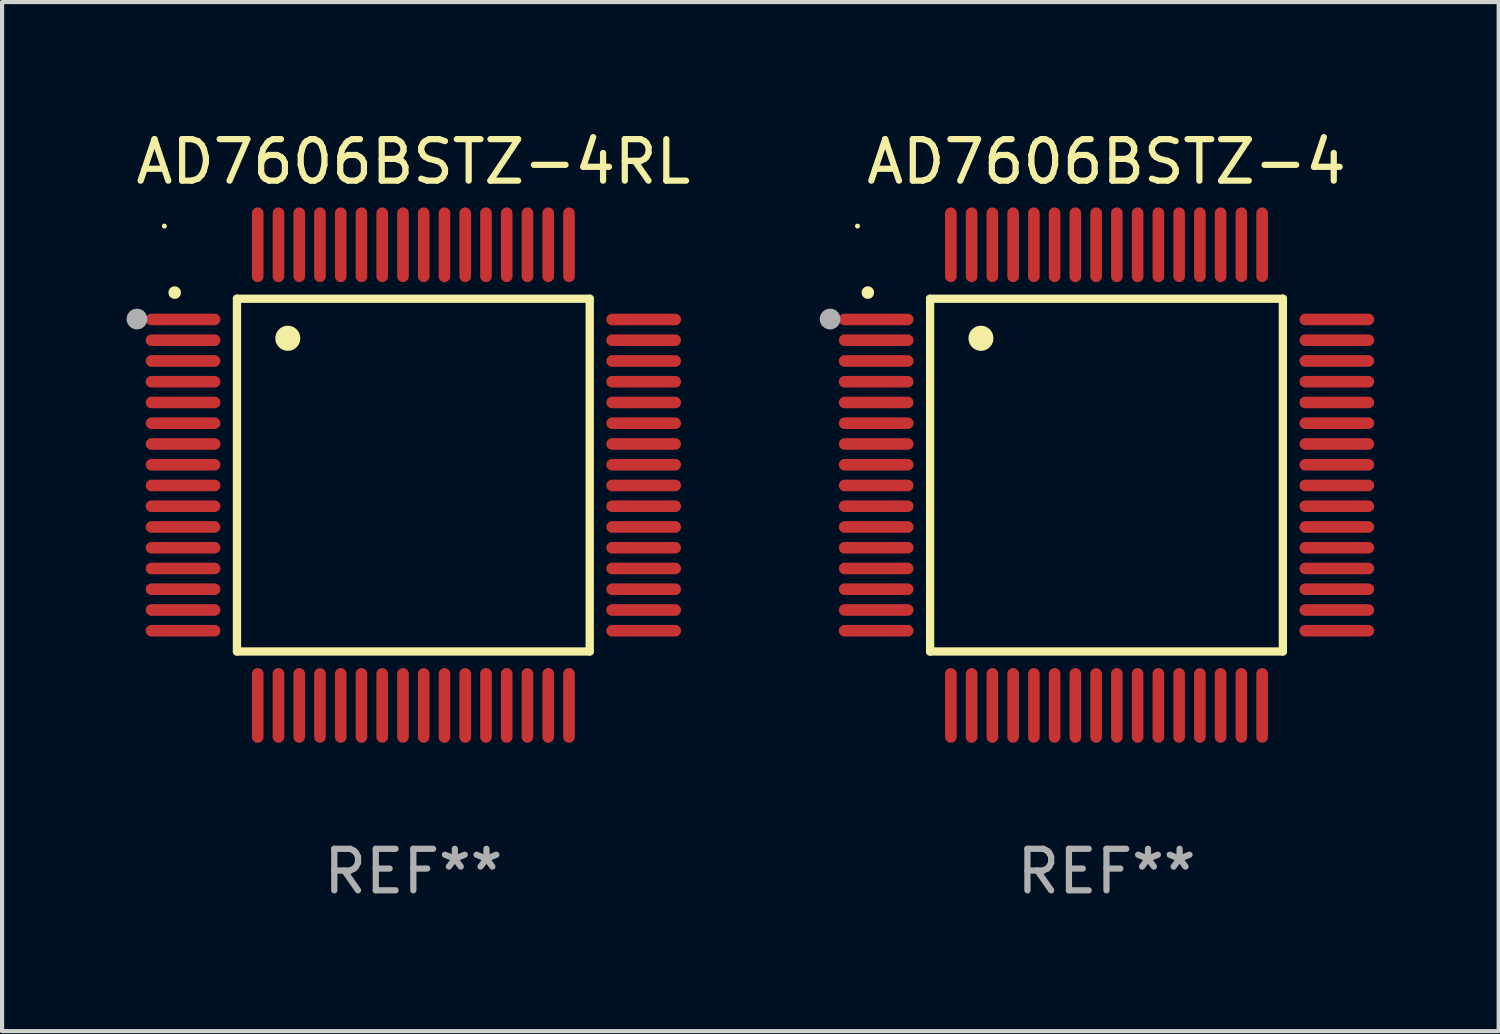
<source format=kicad_pcb>
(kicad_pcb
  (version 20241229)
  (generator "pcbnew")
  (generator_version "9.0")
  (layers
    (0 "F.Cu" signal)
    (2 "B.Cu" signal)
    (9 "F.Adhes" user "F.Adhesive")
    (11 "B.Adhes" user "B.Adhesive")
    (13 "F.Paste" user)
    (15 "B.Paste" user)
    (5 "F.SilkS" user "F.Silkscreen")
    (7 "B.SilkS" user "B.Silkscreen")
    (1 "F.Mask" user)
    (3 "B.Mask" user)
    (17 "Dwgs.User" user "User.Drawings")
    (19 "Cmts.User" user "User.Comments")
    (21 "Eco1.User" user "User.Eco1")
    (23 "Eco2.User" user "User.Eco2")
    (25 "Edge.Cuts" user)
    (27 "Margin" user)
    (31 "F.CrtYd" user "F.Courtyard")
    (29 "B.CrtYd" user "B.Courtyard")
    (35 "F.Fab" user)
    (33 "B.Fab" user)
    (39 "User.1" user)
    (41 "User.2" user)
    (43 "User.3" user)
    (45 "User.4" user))
  (footprint "AD7606BSTZ-4RL"
    (layer "F.Cu")
    (at 6.91 8.398)
    (property "Reference" "AD7606BSTZ-4RL" (at 0 -7.55 0) (layer "F.SilkS") (effects (font (size 1 1) (thickness 0.15))))
    (attr through_hole)
    (fp_line (start -4.25 -4.25) (end -4.25 4.25) (stroke (width 0.2) (type solid)) (layer "F.SilkS"))
    (fp_line (start -4.25 4.25) (end 4.25 4.25) (stroke (width 0.2) (type solid)) (layer "F.SilkS"))
    (fp_line (start 4.25 -4.25) (end -4.25 -4.25) (stroke (width 0.2) (type solid)) (layer "F.SilkS"))
    (fp_line (start 4.25 4.25) (end 4.25 -4.25) (stroke (width 0.2) (type solid)) (layer "F.SilkS"))
    (fp_arc (start -5.750572 -4.396749) (mid -5.750577 -4.398019) (end -5.750572 -4.399289) (stroke (width 0.3) (type solid)) (layer "F.SilkS"))
    (fp_arc (start -3.025146 -3.294387) (mid -3.025157 -3.296927) (end -3.025146 -3.299467) (stroke (width 0.6) (type solid)) (layer "F.SilkS"))
    (fp_circle (center -6 -6) (end -5.97 -6) (stroke (width 0.06) (type solid)) (fill no) (layer "F.SilkS"))
    (fp_circle (center -6.66 -3.76) (end -6.535 -3.76) (stroke (width 0.25) (type solid)) (fill no) (layer "F.Fab"))
    (fp_text user "REF**" (at 0 9.55 0) (layer "F.Fab") (effects (font (size 1 1) (thickness 0.15))))
    (pad "1" smd oval (at -5.55 -3.75) (size 1.8 0.28) (layers "F.Cu" "F.Mask" "F.Paste"))
    (pad "2" smd oval (at -5.55 -3.25) (size 1.8 0.28) (layers "F.Cu" "F.Mask" "F.Paste"))
    (pad "3" smd oval (at -5.55 -2.75) (size 1.8 0.28) (layers "F.Cu" "F.Mask" "F.Paste"))
    (pad "4" smd oval (at -5.55 -2.25) (size 1.8 0.28) (layers "F.Cu" "F.Mask" "F.Paste"))
    (pad "5" smd oval (at -5.55 -1.75) (size 1.8 0.28) (layers "F.Cu" "F.Mask" "F.Paste"))
    (pad "6" smd oval (at -5.55 -1.25) (size 1.8 0.28) (layers "F.Cu" "F.Mask" "F.Paste"))
    (pad "7" smd oval (at -5.55 -0.75) (size 1.8 0.28) (layers "F.Cu" "F.Mask" "F.Paste"))
    (pad "8" smd oval (at -5.55 -0.25) (size 1.8 0.28) (layers "F.Cu" "F.Mask" "F.Paste"))
    (pad "9" smd oval (at -5.55 0.25) (size 1.8 0.28) (layers "F.Cu" "F.Mask" "F.Paste"))
    (pad "10" smd oval (at -5.55 0.75) (size 1.8 0.28) (layers "F.Cu" "F.Mask" "F.Paste"))
    (pad "11" smd oval (at -5.55 1.25) (size 1.8 0.28) (layers "F.Cu" "F.Mask" "F.Paste"))
    (pad "12" smd oval (at -5.55 1.75) (size 1.8 0.28) (layers "F.Cu" "F.Mask" "F.Paste"))
    (pad "13" smd oval (at -5.55 2.25) (size 1.8 0.28) (layers "F.Cu" "F.Mask" "F.Paste"))
    (pad "14" smd oval (at -5.55 2.75) (size 1.8 0.28) (layers "F.Cu" "F.Mask" "F.Paste"))
    (pad "15" smd oval (at -5.55 3.25) (size 1.8 0.28) (layers "F.Cu" "F.Mask" "F.Paste"))
    (pad "16" smd oval (at -5.55 3.75) (size 1.8 0.28) (layers "F.Cu" "F.Mask" "F.Paste"))
    (pad "17" smd oval (at -3.75 5.55) (size 0.28 1.8) (layers "F.Cu" "F.Mask" "F.Paste"))
    (pad "18" smd oval (at -3.25 5.55) (size 0.28 1.8) (layers "F.Cu" "F.Mask" "F.Paste"))
    (pad "19" smd oval (at -2.75 5.55) (size 0.28 1.8) (layers "F.Cu" "F.Mask" "F.Paste"))
    (pad "20" smd oval (at -2.25 5.55) (size 0.28 1.8) (layers "F.Cu" "F.Mask" "F.Paste"))
    (pad "21" smd oval (at -1.75 5.55) (size 0.28 1.8) (layers "F.Cu" "F.Mask" "F.Paste"))
    (pad "22" smd oval (at -1.25 5.55) (size 0.28 1.8) (layers "F.Cu" "F.Mask" "F.Paste"))
    (pad "23" smd oval (at -0.75 5.55) (size 0.28 1.8) (layers "F.Cu" "F.Mask" "F.Paste"))
    (pad "24" smd oval (at -0.25 5.55) (size 0.28 1.8) (layers "F.Cu" "F.Mask" "F.Paste"))
    (pad "25" smd oval (at 0.25 5.55) (size 0.28 1.8) (layers "F.Cu" "F.Mask" "F.Paste"))
    (pad "26" smd oval (at 0.75 5.55) (size 0.28 1.8) (layers "F.Cu" "F.Mask" "F.Paste"))
    (pad "27" smd oval (at 1.25 5.55) (size 0.28 1.8) (layers "F.Cu" "F.Mask" "F.Paste"))
    (pad "28" smd oval (at 1.75 5.55) (size 0.28 1.8) (layers "F.Cu" "F.Mask" "F.Paste"))
    (pad "29" smd oval (at 2.25 5.55) (size 0.28 1.8) (layers "F.Cu" "F.Mask" "F.Paste"))
    (pad "30" smd oval (at 2.75 5.55) (size 0.28 1.8) (layers "F.Cu" "F.Mask" "F.Paste"))
    (pad "31" smd oval (at 3.25 5.55) (size 0.28 1.8) (layers "F.Cu" "F.Mask" "F.Paste"))
    (pad "32" smd oval (at 3.75 5.55) (size 0.28 1.8) (layers "F.Cu" "F.Mask" "F.Paste"))
    (pad "33" smd oval (at 5.55 3.75) (size 1.8 0.28) (layers "F.Cu" "F.Mask" "F.Paste"))
    (pad "34" smd oval (at 5.55 3.25) (size 1.8 0.28) (layers "F.Cu" "F.Mask" "F.Paste"))
    (pad "35" smd oval (at 5.55 2.75) (size 1.8 0.28) (layers "F.Cu" "F.Mask" "F.Paste"))
    (pad "36" smd oval (at 5.55 2.25) (size 1.8 0.28) (layers "F.Cu" "F.Mask" "F.Paste"))
    (pad "37" smd oval (at 5.55 1.75) (size 1.8 0.28) (layers "F.Cu" "F.Mask" "F.Paste"))
    (pad "38" smd oval (at 5.55 1.25) (size 1.8 0.28) (layers "F.Cu" "F.Mask" "F.Paste"))
    (pad "39" smd oval (at 5.55 0.75) (size 1.8 0.28) (layers "F.Cu" "F.Mask" "F.Paste"))
    (pad "40" smd oval (at 5.55 0.25) (size 1.8 0.28) (layers "F.Cu" "F.Mask" "F.Paste"))
    (pad "41" smd oval (at 5.55 -0.25) (size 1.8 0.28) (layers "F.Cu" "F.Mask" "F.Paste"))
    (pad "42" smd oval (at 5.55 -0.75) (size 1.8 0.28) (layers "F.Cu" "F.Mask" "F.Paste"))
    (pad "43" smd oval (at 5.55 -1.25) (size 1.8 0.28) (layers "F.Cu" "F.Mask" "F.Paste"))
    (pad "44" smd oval (at 5.55 -1.75) (size 1.8 0.28) (layers "F.Cu" "F.Mask" "F.Paste"))
    (pad "45" smd oval (at 5.55 -2.25) (size 1.8 0.28) (layers "F.Cu" "F.Mask" "F.Paste"))
    (pad "46" smd oval (at 5.55 -2.75) (size 1.8 0.28) (layers "F.Cu" "F.Mask" "F.Paste"))
    (pad "47" smd oval (at 5.55 -3.25) (size 1.8 0.28) (layers "F.Cu" "F.Mask" "F.Paste"))
    (pad "48" smd oval (at 5.55 -3.75) (size 1.8 0.28) (layers "F.Cu" "F.Mask" "F.Paste"))
    (pad "49" smd oval (at 3.75 -5.55) (size 0.28 1.8) (layers "F.Cu" "F.Mask" "F.Paste"))
    (pad "50" smd oval (at 3.25 -5.55) (size 0.28 1.8) (layers "F.Cu" "F.Mask" "F.Paste"))
    (pad "51" smd oval (at 2.75 -5.55) (size 0.28 1.8) (layers "F.Cu" "F.Mask" "F.Paste"))
    (pad "52" smd oval (at 2.25 -5.55) (size 0.28 1.8) (layers "F.Cu" "F.Mask" "F.Paste"))
    (pad "53" smd oval (at 1.75 -5.55) (size 0.28 1.8) (layers "F.Cu" "F.Mask" "F.Paste"))
    (pad "54" smd oval (at 1.25 -5.55) (size 0.28 1.8) (layers "F.Cu" "F.Mask" "F.Paste"))
    (pad "55" smd oval (at 0.75 -5.55) (size 0.28 1.8) (layers "F.Cu" "F.Mask" "F.Paste"))
    (pad "56" smd oval (at 0.25 -5.55) (size 0.28 1.8) (layers "F.Cu" "F.Mask" "F.Paste"))
    (pad "57" smd oval (at -0.25 -5.55) (size 0.28 1.8) (layers "F.Cu" "F.Mask" "F.Paste"))
    (pad "58" smd oval (at -0.75 -5.55) (size 0.28 1.8) (layers "F.Cu" "F.Mask" "F.Paste"))
    (pad "59" smd oval (at -1.25 -5.55) (size 0.28 1.8) (layers "F.Cu" "F.Mask" "F.Paste"))
    (pad "60" smd oval (at -1.75 -5.55) (size 0.28 1.8) (layers "F.Cu" "F.Mask" "F.Paste"))
    (pad "61" smd oval (at -2.25 -5.55) (size 0.28 1.8) (layers "F.Cu" "F.Mask" "F.Paste"))
    (pad "62" smd oval (at -2.75 -5.55) (size 0.28 1.8) (layers "F.Cu" "F.Mask" "F.Paste"))
    (pad "63" smd oval (at -3.25 -5.55) (size 0.28 1.8) (layers "F.Cu" "F.Mask" "F.Paste"))
    (pad "64" smd oval (at -3.75 -5.55) (size 0.28 1.8) (layers "F.Cu" "F.Mask" "F.Paste")))
  (footprint "AD7606BSTZ-4"
    (layer "F.Cu")
    (at 23.612 8.398)
    (property "Reference" "AD7606BSTZ-4" (at 0 -7.55 0) (layer "F.SilkS") (effects (font (size 1 1) (thickness 0.15))))
    (attr through_hole)
    (fp_line (start -4.25 -4.25) (end -4.25 4.25) (stroke (width 0.2) (type solid)) (layer "F.SilkS"))
    (fp_line (start -4.25 4.25) (end 4.25 4.25) (stroke (width 0.2) (type solid)) (layer "F.SilkS"))
    (fp_line (start 4.25 -4.25) (end -4.25 -4.25) (stroke (width 0.2) (type solid)) (layer "F.SilkS"))
    (fp_line (start 4.25 4.25) (end 4.25 -4.25) (stroke (width 0.2) (type solid)) (layer "F.SilkS"))
    (fp_arc (start -5.750572 -4.396749) (mid -5.750577 -4.398019) (end -5.750572 -4.399289) (stroke (width 0.3) (type solid)) (layer "F.SilkS"))
    (fp_arc (start -3.025146 -3.294387) (mid -3.025157 -3.296927) (end -3.025146 -3.299467) (stroke (width 0.6) (type solid)) (layer "F.SilkS"))
    (fp_circle (center -6 -6) (end -5.97 -6) (stroke (width 0.06) (type solid)) (fill no) (layer "F.SilkS"))
    (fp_circle (center -6.66 -3.76) (end -6.535 -3.76) (stroke (width 0.25) (type solid)) (fill no) (layer "F.Fab"))
    (fp_text user "REF**" (at 0 9.55 0) (layer "F.Fab") (effects (font (size 1 1) (thickness 0.15))))
    (pad "1" smd oval (at -5.55 -3.75) (size 1.8 0.28) (layers "F.Cu" "F.Mask" "F.Paste"))
    (pad "2" smd oval (at -5.55 -3.25) (size 1.8 0.28) (layers "F.Cu" "F.Mask" "F.Paste"))
    (pad "3" smd oval (at -5.55 -2.75) (size 1.8 0.28) (layers "F.Cu" "F.Mask" "F.Paste"))
    (pad "4" smd oval (at -5.55 -2.25) (size 1.8 0.28) (layers "F.Cu" "F.Mask" "F.Paste"))
    (pad "5" smd oval (at -5.55 -1.75) (size 1.8 0.28) (layers "F.Cu" "F.Mask" "F.Paste"))
    (pad "6" smd oval (at -5.55 -1.25) (size 1.8 0.28) (layers "F.Cu" "F.Mask" "F.Paste"))
    (pad "7" smd oval (at -5.55 -0.75) (size 1.8 0.28) (layers "F.Cu" "F.Mask" "F.Paste"))
    (pad "8" smd oval (at -5.55 -0.25) (size 1.8 0.28) (layers "F.Cu" "F.Mask" "F.Paste"))
    (pad "9" smd oval (at -5.55 0.25) (size 1.8 0.28) (layers "F.Cu" "F.Mask" "F.Paste"))
    (pad "10" smd oval (at -5.55 0.75) (size 1.8 0.28) (layers "F.Cu" "F.Mask" "F.Paste"))
    (pad "11" smd oval (at -5.55 1.25) (size 1.8 0.28) (layers "F.Cu" "F.Mask" "F.Paste"))
    (pad "12" smd oval (at -5.55 1.75) (size 1.8 0.28) (layers "F.Cu" "F.Mask" "F.Paste"))
    (pad "13" smd oval (at -5.55 2.25) (size 1.8 0.28) (layers "F.Cu" "F.Mask" "F.Paste"))
    (pad "14" smd oval (at -5.55 2.75) (size 1.8 0.28) (layers "F.Cu" "F.Mask" "F.Paste"))
    (pad "15" smd oval (at -5.55 3.25) (size 1.8 0.28) (layers "F.Cu" "F.Mask" "F.Paste"))
    (pad "16" smd oval (at -5.55 3.75) (size 1.8 0.28) (layers "F.Cu" "F.Mask" "F.Paste"))
    (pad "17" smd oval (at -3.75 5.55) (size 0.28 1.8) (layers "F.Cu" "F.Mask" "F.Paste"))
    (pad "18" smd oval (at -3.25 5.55) (size 0.28 1.8) (layers "F.Cu" "F.Mask" "F.Paste"))
    (pad "19" smd oval (at -2.75 5.55) (size 0.28 1.8) (layers "F.Cu" "F.Mask" "F.Paste"))
    (pad "20" smd oval (at -2.25 5.55) (size 0.28 1.8) (layers "F.Cu" "F.Mask" "F.Paste"))
    (pad "21" smd oval (at -1.75 5.55) (size 0.28 1.8) (layers "F.Cu" "F.Mask" "F.Paste"))
    (pad "22" smd oval (at -1.25 5.55) (size 0.28 1.8) (layers "F.Cu" "F.Mask" "F.Paste"))
    (pad "23" smd oval (at -0.75 5.55) (size 0.28 1.8) (layers "F.Cu" "F.Mask" "F.Paste"))
    (pad "24" smd oval (at -0.25 5.55) (size 0.28 1.8) (layers "F.Cu" "F.Mask" "F.Paste"))
    (pad "25" smd oval (at 0.25 5.55) (size 0.28 1.8) (layers "F.Cu" "F.Mask" "F.Paste"))
    (pad "26" smd oval (at 0.75 5.55) (size 0.28 1.8) (layers "F.Cu" "F.Mask" "F.Paste"))
    (pad "27" smd oval (at 1.25 5.55) (size 0.28 1.8) (layers "F.Cu" "F.Mask" "F.Paste"))
    (pad "28" smd oval (at 1.75 5.55) (size 0.28 1.8) (layers "F.Cu" "F.Mask" "F.Paste"))
    (pad "29" smd oval (at 2.25 5.55) (size 0.28 1.8) (layers "F.Cu" "F.Mask" "F.Paste"))
    (pad "30" smd oval (at 2.75 5.55) (size 0.28 1.8) (layers "F.Cu" "F.Mask" "F.Paste"))
    (pad "31" smd oval (at 3.25 5.55) (size 0.28 1.8) (layers "F.Cu" "F.Mask" "F.Paste"))
    (pad "32" smd oval (at 3.75 5.55) (size 0.28 1.8) (layers "F.Cu" "F.Mask" "F.Paste"))
    (pad "33" smd oval (at 5.55 3.75) (size 1.8 0.28) (layers "F.Cu" "F.Mask" "F.Paste"))
    (pad "34" smd oval (at 5.55 3.25) (size 1.8 0.28) (layers "F.Cu" "F.Mask" "F.Paste"))
    (pad "35" smd oval (at 5.55 2.75) (size 1.8 0.28) (layers "F.Cu" "F.Mask" "F.Paste"))
    (pad "36" smd oval (at 5.55 2.25) (size 1.8 0.28) (layers "F.Cu" "F.Mask" "F.Paste"))
    (pad "37" smd oval (at 5.55 1.75) (size 1.8 0.28) (layers "F.Cu" "F.Mask" "F.Paste"))
    (pad "38" smd oval (at 5.55 1.25) (size 1.8 0.28) (layers "F.Cu" "F.Mask" "F.Paste"))
    (pad "39" smd oval (at 5.55 0.75) (size 1.8 0.28) (layers "F.Cu" "F.Mask" "F.Paste"))
    (pad "40" smd oval (at 5.55 0.25) (size 1.8 0.28) (layers "F.Cu" "F.Mask" "F.Paste"))
    (pad "41" smd oval (at 5.55 -0.25) (size 1.8 0.28) (layers "F.Cu" "F.Mask" "F.Paste"))
    (pad "42" smd oval (at 5.55 -0.75) (size 1.8 0.28) (layers "F.Cu" "F.Mask" "F.Paste"))
    (pad "43" smd oval (at 5.55 -1.25) (size 1.8 0.28) (layers "F.Cu" "F.Mask" "F.Paste"))
    (pad "44" smd oval (at 5.55 -1.75) (size 1.8 0.28) (layers "F.Cu" "F.Mask" "F.Paste"))
    (pad "45" smd oval (at 5.55 -2.25) (size 1.8 0.28) (layers "F.Cu" "F.Mask" "F.Paste"))
    (pad "46" smd oval (at 5.55 -2.75) (size 1.8 0.28) (layers "F.Cu" "F.Mask" "F.Paste"))
    (pad "47" smd oval (at 5.55 -3.25) (size 1.8 0.28) (layers "F.Cu" "F.Mask" "F.Paste"))
    (pad "48" smd oval (at 5.55 -3.75) (size 1.8 0.28) (layers "F.Cu" "F.Mask" "F.Paste"))
    (pad "49" smd oval (at 3.75 -5.55) (size 0.28 1.8) (layers "F.Cu" "F.Mask" "F.Paste"))
    (pad "50" smd oval (at 3.25 -5.55) (size 0.28 1.8) (layers "F.Cu" "F.Mask" "F.Paste"))
    (pad "51" smd oval (at 2.75 -5.55) (size 0.28 1.8) (layers "F.Cu" "F.Mask" "F.Paste"))
    (pad "52" smd oval (at 2.25 -5.55) (size 0.28 1.8) (layers "F.Cu" "F.Mask" "F.Paste"))
    (pad "53" smd oval (at 1.75 -5.55) (size 0.28 1.8) (layers "F.Cu" "F.Mask" "F.Paste"))
    (pad "54" smd oval (at 1.25 -5.55) (size 0.28 1.8) (layers "F.Cu" "F.Mask" "F.Paste"))
    (pad "55" smd oval (at 0.75 -5.55) (size 0.28 1.8) (layers "F.Cu" "F.Mask" "F.Paste"))
    (pad "56" smd oval (at 0.25 -5.55) (size 0.28 1.8) (layers "F.Cu" "F.Mask" "F.Paste"))
    (pad "57" smd oval (at -0.25 -5.55) (size 0.28 1.8) (layers "F.Cu" "F.Mask" "F.Paste"))
    (pad "58" smd oval (at -0.75 -5.55) (size 0.28 1.8) (layers "F.Cu" "F.Mask" "F.Paste"))
    (pad "59" smd oval (at -1.25 -5.55) (size 0.28 1.8) (layers "F.Cu" "F.Mask" "F.Paste"))
    (pad "60" smd oval (at -1.75 -5.55) (size 0.28 1.8) (layers "F.Cu" "F.Mask" "F.Paste"))
    (pad "61" smd oval (at -2.25 -5.55) (size 0.28 1.8) (layers "F.Cu" "F.Mask" "F.Paste"))
    (pad "62" smd oval (at -2.75 -5.55) (size 0.28 1.8) (layers "F.Cu" "F.Mask" "F.Paste"))
    (pad "63" smd oval (at -3.25 -5.55) (size 0.28 1.8) (layers "F.Cu" "F.Mask" "F.Paste"))
    (pad "64" smd oval (at -3.75 -5.55) (size 0.28 1.8) (layers "F.Cu" "F.Mask" "F.Paste")))
  (gr_rect
    (start -3 -3)
    (end 33.062 21.796)
    (stroke (width 0.1) (type default))
    (fill no)
    (layer "Edge.Cuts")))
</source>
